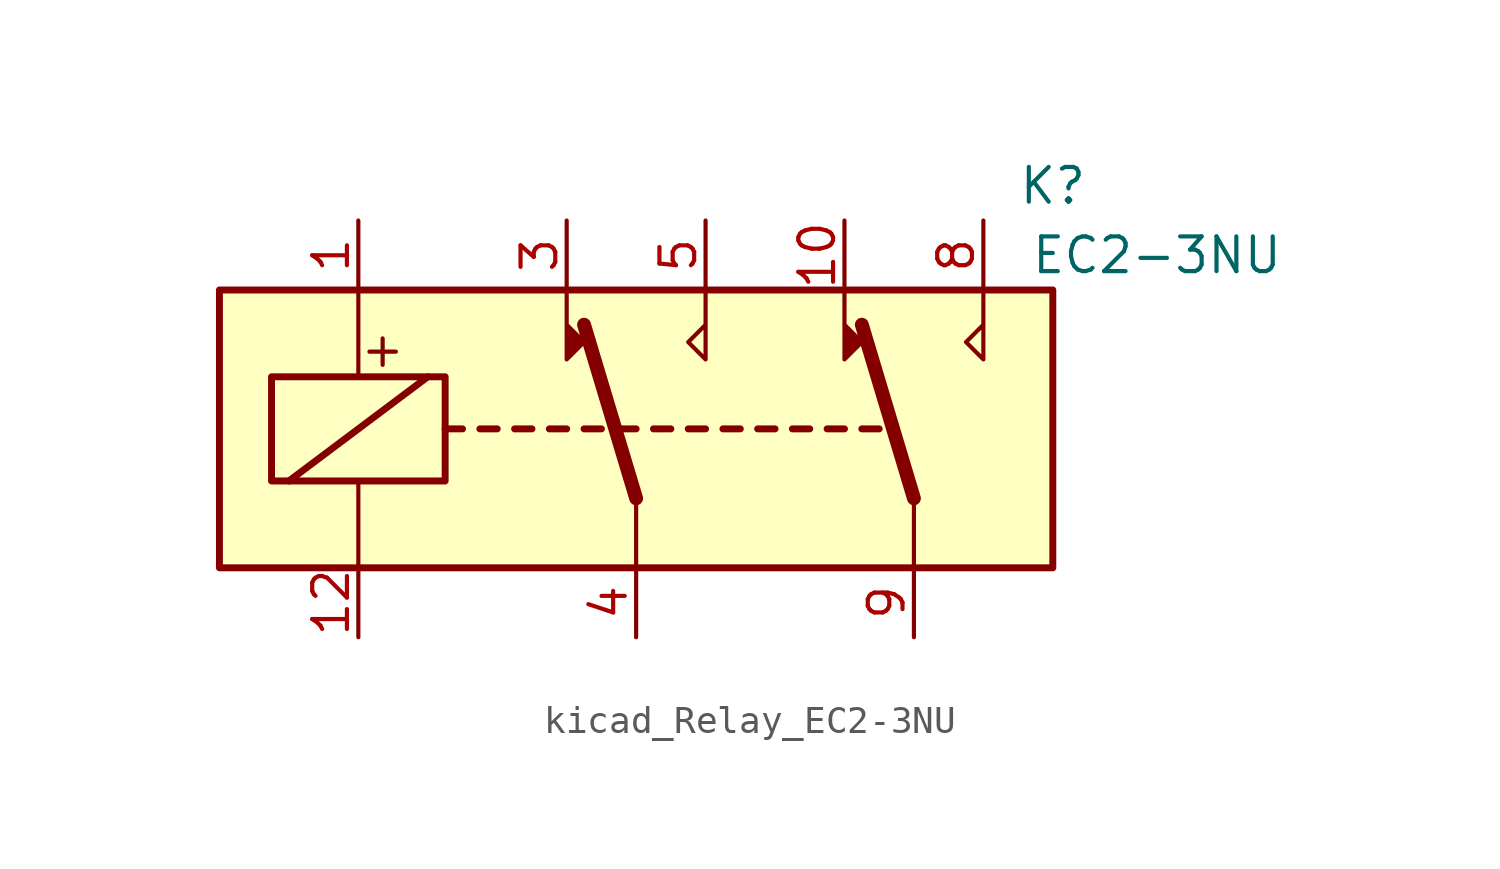
<source format=kicad_sym>
(kicad_symbol_lib
  (version 20220914)
  (generator kicad_symbol_editor)
  (symbol "kicad_Relay_EC2-3NU"
    (property "Reference" "K"
      (at 15.24 8.89 0)
      (effects (font (size 1.27 1.27))))
    (property "Value" "EC2-3NU"
      (at 19.05 6.35 0)
      (effects (font (size 1.27 1.27))))
    (symbol "kicad_Relay_EC2-3NU_1_1"
      (rectangle (start -15.24 5.08) (end 15.24 -5.08) (stroke (width 0.254) (type default)) (fill (type background)))
      (rectangle (start -13.335 1.905) (end -6.985 -1.905) (stroke (width 0.254) (type default)) (fill (type none)))
      (polyline (pts (xy -12.7 -1.905) (xy -7.62 1.905)) (stroke (width 0.254) (type default)) (fill (type none)))
      (polyline (pts (xy -10.16 -5.08) (xy -10.16 -1.905)) (stroke (width 0) (type default)) (fill (type none)))
      (polyline (pts (xy -10.16 5.08) (xy -10.16 1.905)) (stroke (width 0) (type default)) (fill (type none)))
      (polyline (pts (xy -6.985 0) (xy -6.35 0)) (stroke (width 0.254) (type default)) (fill (type none)))
      (polyline (pts (xy -5.715 0) (xy -5.08 0)) (stroke (width 0.254) (type default)) (fill (type none)))
      (polyline (pts (xy -4.445 0) (xy -3.81 0)) (stroke (width 0.254) (type default)) (fill (type none)))
      (polyline (pts (xy -3.175 0) (xy -2.54 0)) (stroke (width 0.254) (type default)) (fill (type none)))
      (polyline (pts (xy -1.905 0) (xy -1.27 0)) (stroke (width 0.254) (type default)) (fill (type none)))
      (polyline (pts (xy -0.635 0) (xy 0 0)) (stroke (width 0.254) (type default)) (fill (type none)))
      (polyline (pts (xy 0 -2.54) (xy -1.905 3.81)) (stroke (width 0.508) (type default)) (fill (type none)))
      (polyline (pts (xy 0 -2.54) (xy 0 -5.08)) (stroke (width 0) (type default)) (fill (type none)))
      (polyline (pts (xy 0.635 0) (xy 1.27 0)) (stroke (width 0.254) (type default)) (fill (type none)))
      (polyline (pts (xy 1.905 0) (xy 2.54 0)) (stroke (width 0.254) (type default)) (fill (type none)))
      (polyline (pts (xy 3.175 0) (xy 3.81 0)) (stroke (width 0.254) (type default)) (fill (type none)))
      (polyline (pts (xy 4.445 0) (xy 5.08 0)) (stroke (width 0.254) (type default)) (fill (type none)))
      (polyline (pts (xy 5.715 0) (xy 6.35 0)) (stroke (width 0.254) (type default)) (fill (type none)))
      (polyline (pts (xy 6.985 0) (xy 7.62 0)) (stroke (width 0.254) (type default)) (fill (type none)))
      (polyline (pts (xy 8.255 0) (xy 8.89 0)) (stroke (width 0.254) (type default)) (fill (type none)))
      (polyline (pts (xy 10.16 -2.54) (xy 8.255 3.81)) (stroke (width 0.508) (type default)) (fill (type none)))
      (polyline (pts (xy 10.16 -2.54) (xy 10.16 -5.08)) (stroke (width 0) (type default)) (fill (type none)))
      (polyline (pts (xy -2.54 5.08) (xy -2.54 2.54) (xy -1.905 3.175) (xy -2.54 3.81)) (stroke (width 0) (type default)) (fill (type outline)))
      (polyline (pts (xy 2.54 5.08) (xy 2.54 2.54) (xy 1.905 3.175) (xy 2.54 3.81)) (stroke (width 0) (type default)) (fill (type none)))
      (polyline (pts (xy 7.62 5.08) (xy 7.62 2.54) (xy 8.255 3.175) (xy 7.62 3.81)) (stroke (width 0) (type default)) (fill (type outline)))
      (polyline (pts (xy 12.7 5.08) (xy 12.7 2.54) (xy 12.065 3.175) (xy 12.7 3.81)) (stroke (width 0) (type default)) (fill (type none)))
      (text "+" (at -9.271 2.921 0) (effects (font (size 1.27 1.27))))
      (pin passive line (at -10.16 7.62 270) (length 2.54) (name "~" (effects (font (size 1.27 1.27)))) (number "1" (effects (font (size 1.27 1.27)))))
      (pin passive line (at 7.62 7.62 270) (length 2.54) (name "~" (effects (font (size 1.27 1.27)))) (number "10" (effects (font (size 1.27 1.27)))))
      (pin passive line (at -10.16 -7.62 90) (length 2.54) (name "~" (effects (font (size 1.27 1.27)))) (number "12" (effects (font (size 1.27 1.27)))))
      (pin passive line (at -2.54 7.62 270) (length 2.54) (name "~" (effects (font (size 1.27 1.27)))) (number "3" (effects (font (size 1.27 1.27)))))
      (pin passive line (at 0 -7.62 90) (length 2.54) (name "~" (effects (font (size 1.27 1.27)))) (number "4" (effects (font (size 1.27 1.27)))))
      (pin passive line (at 2.54 7.62 270) (length 2.54) (name "~" (effects (font (size 1.27 1.27)))) (number "5" (effects (font (size 1.27 1.27)))))
      (pin passive line (at 12.7 7.62 270) (length 2.54) (name "~" (effects (font (size 1.27 1.27)))) (number "8" (effects (font (size 1.27 1.27)))))
      (pin passive line (at 10.16 -7.62 90) (length 2.54) (name "~" (effects (font (size 1.27 1.27)))) (number "9" (effects (font (size 1.27 1.27))))))))
</source>
